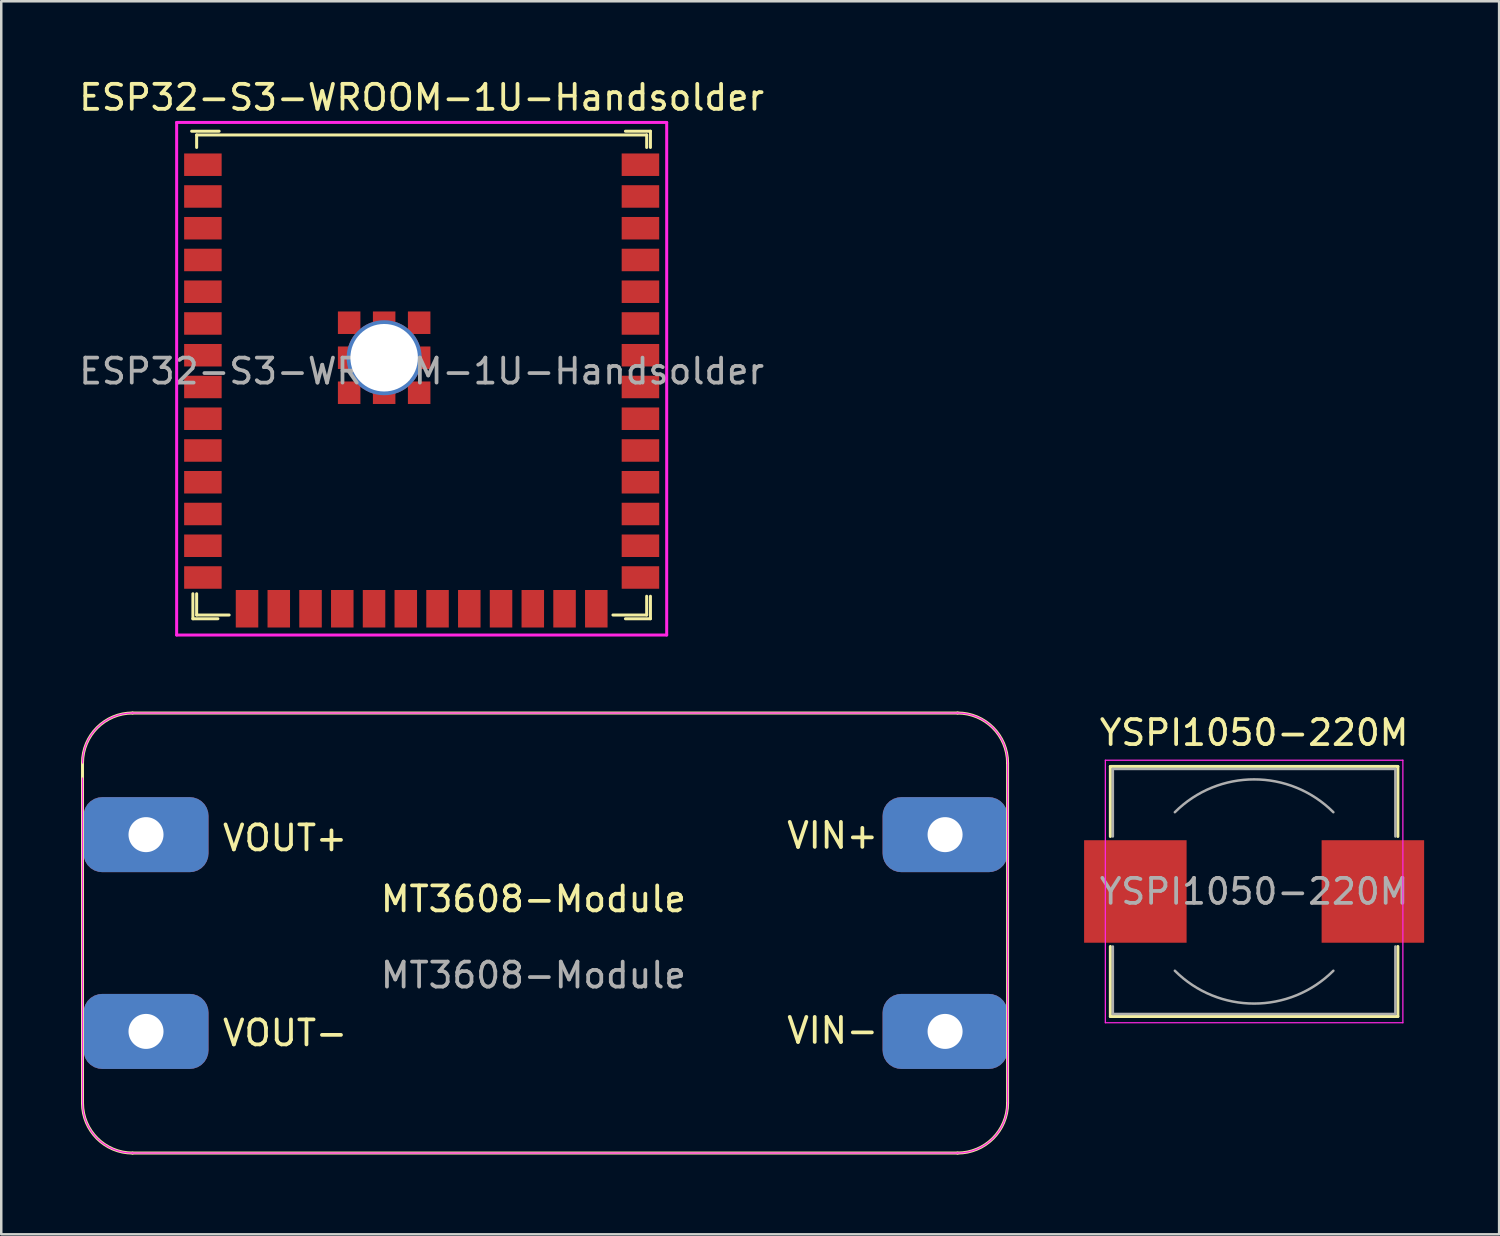
<source format=kicad_pcb>
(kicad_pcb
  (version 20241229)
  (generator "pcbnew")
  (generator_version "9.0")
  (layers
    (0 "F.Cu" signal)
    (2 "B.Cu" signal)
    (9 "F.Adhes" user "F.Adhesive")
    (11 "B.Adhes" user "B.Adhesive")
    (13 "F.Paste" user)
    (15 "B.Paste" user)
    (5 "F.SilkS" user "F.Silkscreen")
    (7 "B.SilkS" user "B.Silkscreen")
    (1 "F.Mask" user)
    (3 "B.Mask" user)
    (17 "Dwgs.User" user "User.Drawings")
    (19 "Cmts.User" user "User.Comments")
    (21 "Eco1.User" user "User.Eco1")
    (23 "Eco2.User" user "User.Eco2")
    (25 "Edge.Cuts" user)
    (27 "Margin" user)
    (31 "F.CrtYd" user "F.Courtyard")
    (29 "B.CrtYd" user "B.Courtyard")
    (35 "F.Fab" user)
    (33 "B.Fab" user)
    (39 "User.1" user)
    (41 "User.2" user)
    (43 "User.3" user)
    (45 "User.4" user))
  (footprint "ESP32-S3-WROOM-1U-Handsolder"
    (layer "F.Cu")
    (at 13.815 11.798)
    (property "Reference" "ESP32-S3-WROOM-1U-Handsolder" (at 0 -10.95 0) (layer "F.SilkS") (effects (font (size 1 1) (thickness 0.15))))
    (attr smd)
    (fp_line (start -9.2 -9.6) (end -8.1 -9.6) (stroke (width 0.12) (type solid)) (layer "F.SilkS"))
    (fp_line (start -9.15 9.9) (end -9.15 8.9) (stroke (width 0.12) (type solid)) (layer "F.SilkS"))
    (fp_line (start -9.15 9.9) (end -8.15 9.9) (stroke (width 0.12) (type solid)) (layer "F.SilkS"))
    (fp_line (start -9 -9.45) (end -9 -8.95) (stroke (width 0.12) (type solid)) (layer "F.SilkS"))
    (fp_line (start -9 8.9) (end -9 9.75) (stroke (width 0.12) (type solid)) (layer "F.SilkS"))
    (fp_line (start -9 9.75) (end -7.7 9.75) (stroke (width 0.12) (type solid)) (layer "F.SilkS"))
    (fp_line (start 9 -9.45) (end -9 -9.45) (stroke (width 0.12) (type solid)) (layer "F.SilkS"))
    (fp_line (start 9 -9.45) (end 9 -8.95) (stroke (width 0.12) (type solid)) (layer "F.SilkS"))
    (fp_line (start 9 9) (end 9 9.75) (stroke (width 0.12) (type solid)) (layer "F.SilkS"))
    (fp_line (start 9 9.75) (end 7.65 9.75) (stroke (width 0.12) (type solid)) (layer "F.SilkS"))
    (fp_line (start 9.15 -9.6) (end 8.15 -9.6) (stroke (width 0.12) (type solid)) (layer "F.SilkS"))
    (fp_line (start 9.15 -8.95) (end 9.15 -9.6) (stroke (width 0.12) (type solid)) (layer "F.SilkS"))
    (fp_line (start 9.15 9) (end 9.15 9.9) (stroke (width 0.12) (type solid)) (layer "F.SilkS"))
    (fp_line (start 9.15 9.9) (end 8.15 9.9) (stroke (width 0.12) (type solid)) (layer "F.SilkS"))
    (fp_line (start -9 -9.45) (end 9 -9.45) (stroke (width 0.12) (type solid)) (layer "Eco2.User"))
    (fp_line (start -9 9.75) (end -9 -9.45) (stroke (width 0.12) (type solid)) (layer "Eco2.User"))
    (fp_line (start 9 -9.45) (end 9 9.75) (stroke (width 0.12) (type solid)) (layer "Eco2.User"))
    (fp_line (start 9 9.75) (end -9 9.75) (stroke (width 0.12) (type solid)) (layer "Eco2.User"))
    (fp_line (start -9.8 -9.95) (end -9.8 10.55) (stroke (width 0.12) (type solid)) (layer "F.CrtYd"))
    (fp_line (start -9.8 10.55) (end 9.8 10.55) (stroke (width 0.12) (type solid)) (layer "F.CrtYd"))
    (fp_line (start 9.8 -9.95) (end -9.8 -9.95) (stroke (width 0.12) (type solid)) (layer "F.CrtYd"))
    (fp_line (start 9.8 -9.95) (end 9.8 10.55) (stroke (width 0.12) (type solid)) (layer "F.CrtYd"))
    (fp_text user "${REFERENCE}" (at 0 0 0) (layer "F.Fab") (effects (font (size 1 1) (thickness 0.15))))
    (pad "1" smd rect (at -8.75 -8.26) (size 1.5 0.9) (layers "F.Cu" "F.Mask" "F.Paste"))
    (pad "2" smd rect (at -8.75 -6.99) (size 1.5 0.9) (layers "F.Cu" "F.Mask" "F.Paste"))
    (pad "3" smd rect (at -8.75 -5.72) (size 1.5 0.9) (layers "F.Cu" "F.Mask" "F.Paste"))
    (pad "4" smd rect (at -8.75 -4.45) (size 1.5 0.9) (layers "F.Cu" "F.Mask" "F.Paste"))
    (pad "5" smd rect (at -8.75 -3.18) (size 1.5 0.9) (layers "F.Cu" "F.Mask" "F.Paste"))
    (pad "6" smd rect (at -8.75 -1.91) (size 1.5 0.9) (layers "F.Cu" "F.Mask" "F.Paste"))
    (pad "7" smd rect (at -8.75 -0.64) (size 1.5 0.9) (layers "F.Cu" "F.Mask" "F.Paste"))
    (pad "8" smd rect (at -8.75 0.63) (size 1.5 0.9) (layers "F.Cu" "F.Mask" "F.Paste"))
    (pad "9" smd rect (at -8.75 1.9) (size 1.5 0.9) (layers "F.Cu" "F.Mask" "F.Paste"))
    (pad "10" smd rect (at -8.75 3.17) (size 1.5 0.9) (layers "F.Cu" "F.Mask" "F.Paste"))
    (pad "11" smd rect (at -8.75 4.44) (size 1.5 0.9) (layers "F.Cu" "F.Mask" "F.Paste"))
    (pad "12" smd rect (at -8.75 5.71) (size 1.5 0.9) (layers "F.Cu" "F.Mask" "F.Paste"))
    (pad "13" smd rect (at -8.75 6.98) (size 1.5 0.9) (layers "F.Cu" "F.Mask" "F.Paste"))
    (pad "14" smd rect (at -8.75 8.25) (size 1.5 0.9) (layers "F.Cu" "F.Mask" "F.Paste"))
    (pad "15" smd rect (at -6.985 9.5 90) (size 1.5 0.9) (layers "F.Cu" "F.Mask" "F.Paste"))
    (pad "16" smd rect (at -5.715 9.5 90) (size 1.5 0.9) (layers "F.Cu" "F.Mask" "F.Paste"))
    (pad "17" smd rect (at -4.445 9.5 90) (size 1.5 0.9) (layers "F.Cu" "F.Mask" "F.Paste"))
    (pad "18" smd rect (at -3.175 9.5 90) (size 1.5 0.9) (layers "F.Cu" "F.Mask" "F.Paste"))
    (pad "19" smd rect (at -1.905 9.5 90) (size 1.5 0.9) (layers "F.Cu" "F.Mask" "F.Paste"))
    (pad "20" smd rect (at -0.635 9.5 90) (size 1.5 0.9) (layers "F.Cu" "F.Mask" "F.Paste"))
    (pad "21" smd rect (at 0.635 9.5 90) (size 1.5 0.9) (layers "F.Cu" "F.Mask" "F.Paste"))
    (pad "22" smd rect (at 1.905 9.5 90) (size 1.5 0.9) (layers "F.Cu" "F.Mask" "F.Paste"))
    (pad "23" smd rect (at 3.175 9.5 90) (size 1.5 0.9) (layers "F.Cu" "F.Mask" "F.Paste"))
    (pad "24" smd rect (at 4.445 9.5 90) (size 1.5 0.9) (layers "F.Cu" "F.Mask" "F.Paste"))
    (pad "25" smd rect (at 5.715 9.5 90) (size 1.5 0.9) (layers "F.Cu" "F.Mask" "F.Paste"))
    (pad "26" smd rect (at 6.985 9.5 90) (size 1.5 0.9) (layers "F.Cu" "F.Mask" "F.Paste"))
    (pad "27" smd rect (at 8.75 8.25 180) (size 1.5 0.9) (layers "F.Cu" "F.Mask" "F.Paste"))
    (pad "28" smd rect (at 8.75 6.98 180) (size 1.5 0.9) (layers "F.Cu" "F.Mask" "F.Paste"))
    (pad "29" smd rect (at 8.75 5.71 180) (size 1.5 0.9) (layers "F.Cu" "F.Mask" "F.Paste"))
    (pad "30" smd rect (at 8.75 4.44 180) (size 1.5 0.9) (layers "F.Cu" "F.Mask" "F.Paste"))
    (pad "31" smd rect (at 8.75 3.17 180) (size 1.5 0.9) (layers "F.Cu" "F.Mask" "F.Paste"))
    (pad "32" smd rect (at 8.75 1.9 180) (size 1.5 0.9) (layers "F.Cu" "F.Mask" "F.Paste"))
    (pad "33" smd rect (at 8.75 0.63 180) (size 1.5 0.9) (layers "F.Cu" "F.Mask" "F.Paste"))
    (pad "34" smd rect (at 8.75 -0.64 180) (size 1.5 0.9) (layers "F.Cu" "F.Mask" "F.Paste"))
    (pad "35" smd rect (at 8.75 -1.91 180) (size 1.5 0.9) (layers "F.Cu" "F.Mask" "F.Paste"))
    (pad "36" smd rect (at 8.75 -3.18 180) (size 1.5 0.9) (layers "F.Cu" "F.Mask" "F.Paste"))
    (pad "37" smd rect (at 8.75 -4.45 180) (size 1.5 0.9) (layers "F.Cu" "F.Mask" "F.Paste"))
    (pad "38" smd rect (at 8.75 -5.72 180) (size 1.5 0.9) (layers "F.Cu" "F.Mask" "F.Paste"))
    (pad "39" smd rect (at 8.75 -6.99 180) (size 1.5 0.9) (layers "F.Cu" "F.Mask" "F.Paste"))
    (pad "40" smd rect (at 8.75 -8.26 180) (size 1.5 0.9) (layers "F.Cu" "F.Mask" "F.Paste"))
    (pad "41" smd rect (at -2.9 -1.94 180) (size 0.9 0.9) (layers "F.Cu" "F.Mask" "F.Paste"))
    (pad "41" smd rect (at -2.9 -0.54 180) (size 0.9 0.9) (layers "F.Cu" "F.Mask" "F.Paste"))
    (pad "41" smd rect (at -2.9 0.86 180) (size 0.9 0.9) (layers "F.Cu" "F.Mask" "F.Paste"))
    (pad "41" smd rect (at -1.5 -1.94 180) (size 0.9 0.9) (layers "F.Cu" "F.Mask" "F.Paste"))
    (pad "41" thru_hole circle (at -1.5 -0.54 180) (size 3 3) (drill 2.7) (property pad_prop_castellated) (layers "*.Cu" "*.Mask"))
    (pad "41" smd rect (at -1.5 0.86 180) (size 0.9 0.9) (layers "F.Cu" "F.Mask" "F.Paste"))
    (pad "41" smd rect (at -0.1 -1.94 180) (size 0.9 0.9) (layers "F.Cu" "F.Mask" "F.Paste"))
    (pad "41" smd rect (at -0.1 -0.54 180) (size 0.9 0.9) (layers "F.Cu" "F.Mask" "F.Paste"))
    (pad "41" smd rect (at -0.1 0.86 180) (size 0.9 0.9) (layers "F.Cu" "F.Mask" "F.Paste")))
  (footprint "MT3608-Module"
    (layer "F.Cu")
    (at 0.25 43.068)
    (property "Reference" "MT3608-Module" (at 18.034 -10.16 0) (unlocked yes) (layer "F.SilkS") (effects (font (size 1 1) (thickness 0.15))))
    (attr smd)
    (fp_line (start 0 -15.6) (end 0 -2) (stroke (width 0.12) (type solid)) (layer "F.SilkS"))
    (fp_line (start 2 0) (end 35 0) (stroke (width 0.12) (type solid)) (layer "F.SilkS"))
    (fp_line (start 35 -17.6) (end 2 -17.6) (stroke (width 0.12) (type solid)) (layer "F.SilkS"))
    (fp_line (start 37 -2) (end 37 -15.6) (stroke (width 0.12) (type solid)) (layer "F.SilkS"))
    (fp_arc (start 0 -15.6) (mid 0.585786 -17.014214) (end 2 -17.6) (stroke (width 0.12) (type solid)) (layer "F.SilkS"))
    (fp_arc (start 2 0) (mid 0.585786 -0.585786) (end 0 -2) (stroke (width 0.12) (type solid)) (layer "F.SilkS"))
    (fp_arc (start 35 -17.6) (mid 36.414214 -17.014214) (end 37 -15.6) (stroke (width 0.12) (type solid)) (layer "F.SilkS"))
    (fp_arc (start 37 -2) (mid 36.414214 -0.585786) (end 35 0) (stroke (width 0.12) (type solid)) (layer "F.SilkS"))
    (fp_line (start 0 -2) (end 0 -15) (stroke (width 0.05) (type solid)) (layer "F.CrtYd"))
    (fp_line (start 2 -17.6) (end 35 -17.6) (stroke (width 0.05) (type solid)) (layer "F.CrtYd"))
    (fp_line (start 35 0) (end 2 0) (stroke (width 0.05) (type solid)) (layer "F.CrtYd"))
    (fp_line (start 37 -15.6) (end 37 -2) (stroke (width 0.05) (type solid)) (layer "F.CrtYd"))
    (fp_arc (start 0 -15.6) (mid 0.585786 -17.014214) (end 2 -17.6) (stroke (width 0.05) (type solid)) (layer "F.CrtYd"))
    (fp_arc (start 2 0) (mid 0.585786 -0.585786) (end 0 -2) (stroke (width 0.05) (type solid)) (layer "F.CrtYd"))
    (fp_arc (start 35 -17.6) (mid 36.414214 -17.014214) (end 37 -15.6) (stroke (width 0.05) (type solid)) (layer "F.CrtYd"))
    (fp_arc (start 37 -2) (mid 36.414214 -0.585786) (end 35 0) (stroke (width 0.05) (type solid)) (layer "F.CrtYd"))
    (fp_text user "VOUT-" (at 8.1 -4.8 0) (unlocked yes) (layer "F.SilkS") (effects (font (size 1 1) (thickness 0.15))))
    (fp_text user "VIN-" (at 30 -4.9 0) (unlocked yes) (layer "F.SilkS") (effects (font (size 1 1) (thickness 0.15))))
    (fp_text user "VIN+" (at 30 -12.7 0) (unlocked yes) (layer "F.SilkS") (effects (font (size 1 1) (thickness 0.15))))
    (fp_text user "VOUT+" (at 8.1 -12.6 0) (unlocked yes) (layer "F.SilkS") (effects (font (size 1 1) (thickness 0.15))))
    (fp_text user "${REFERENCE}" (at 18.034 -7.112 0) (unlocked yes) (layer "F.Fab") (effects (font (size 1 1) (thickness 0.15))))
    (pad "1" thru_hole roundrect (at 34.5 -12.735) (size 5 3) (drill 1.4) (layers "*.Cu" "*.Mask") (roundrect_rratio 0.25))
    (pad "2" thru_hole roundrect (at 34.5 -4.865) (size 5 3) (drill 1.4) (layers "*.Cu" "*.Mask") (roundrect_rratio 0.25))
    (pad "3" thru_hole roundrect (at 2.54 -12.735) (size 5 3) (drill 1.4) (layers "*.Cu" "*.Mask") (roundrect_rratio 0.25))
    (pad "4" thru_hole roundrect (at 2.54 -4.865) (size 5 3) (drill 1.4) (layers "*.Cu" "*.Mask") (roundrect_rratio 0.25)))
  (footprint "YSPI1050-220M"
    (layer "F.Cu")
    (at 47.11 32.606)
    (property "Reference" "YSPI1050-220M" (at 0 -6.35 0) (layer "F.SilkS") (effects (font (size 1 1) (thickness 0.15))))
    (attr smd)
    (fp_line (start -5.75 -5) (end 5.75 -5) (stroke (width 0.12) (type solid)) (layer "F.SilkS"))
    (fp_line (start -5.75 -2.2) (end -5.75 -5) (stroke (width 0.12) (type solid)) (layer "F.SilkS"))
    (fp_line (start -5.75 5) (end -5.75 2.2) (stroke (width 0.12) (type solid)) (layer "F.SilkS"))
    (fp_line (start 5.75 -5) (end 5.75 -2.2) (stroke (width 0.12) (type solid)) (layer "F.SilkS"))
    (fp_line (start 5.75 2.2) (end 5.75 5) (stroke (width 0.12) (type solid)) (layer "F.SilkS"))
    (fp_line (start 5.75 5) (end -5.75 5) (stroke (width 0.12) (type solid)) (layer "F.SilkS"))
    (fp_line (start -5.95 -5.25) (end -5.95 5.25) (stroke (width 0.05) (type solid)) (layer "F.CrtYd"))
    (fp_line (start -5.95 5.25) (end 5.95 5.25) (stroke (width 0.05) (type solid)) (layer "F.CrtYd"))
    (fp_line (start 5.95 -5.25) (end -5.95 -5.25) (stroke (width 0.05) (type solid)) (layer "F.CrtYd"))
    (fp_line (start 5.95 5.25) (end 5.95 -5.25) (stroke (width 0.05) (type solid)) (layer "F.CrtYd"))
    (fp_line (start -5.65 -4.9) (end -5.65 -2.2) (stroke (width 0.1) (type solid)) (layer "F.Fab"))
    (fp_line (start -5.65 -4.9) (end 5.65 -4.9) (stroke (width 0.1) (type solid)) (layer "F.Fab"))
    (fp_line (start -5.65 4.9) (end -5.65 2.2) (stroke (width 0.1) (type solid)) (layer "F.Fab"))
    (fp_line (start -5.65 4.9) (end 5.65 4.9) (stroke (width 0.1) (type solid)) (layer "F.Fab"))
    (fp_line (start 5.65 -4.9) (end 5.65 -2.2) (stroke (width 0.1) (type solid)) (layer "F.Fab"))
    (fp_line (start 5.65 4.9) (end 5.65 2.2) (stroke (width 0.1) (type solid)) (layer "F.Fab"))
    (fp_arc (start -3.17 -3.17) (mid 0 -4.483057) (end 3.17 -3.17) (stroke (width 0.1) (type solid)) (layer "F.Fab"))
    (fp_arc (start 3.17 3.17) (mid 0 4.483057) (end -3.17 3.17) (stroke (width 0.1) (type solid)) (layer "F.Fab"))
    (fp_text user "${REFERENCE}" (at 0 0 0) (layer "F.Fab") (effects (font (size 1 1) (thickness 0.15))))
    (pad "1" smd rect (at -4.75 0) (size 4.1 4.1) (layers "F.Cu" "F.Mask" "F.Paste"))
    (pad "2" smd rect (at 4.75 0) (size 4.1 4.1) (layers "F.Cu" "F.Mask" "F.Paste")))
  (gr_rect
    (start -3 -3)
    (end 56.91 46.318)
    (stroke (width 0.1) (type default))
    (fill no)
    (layer "Edge.Cuts")))
</source>
